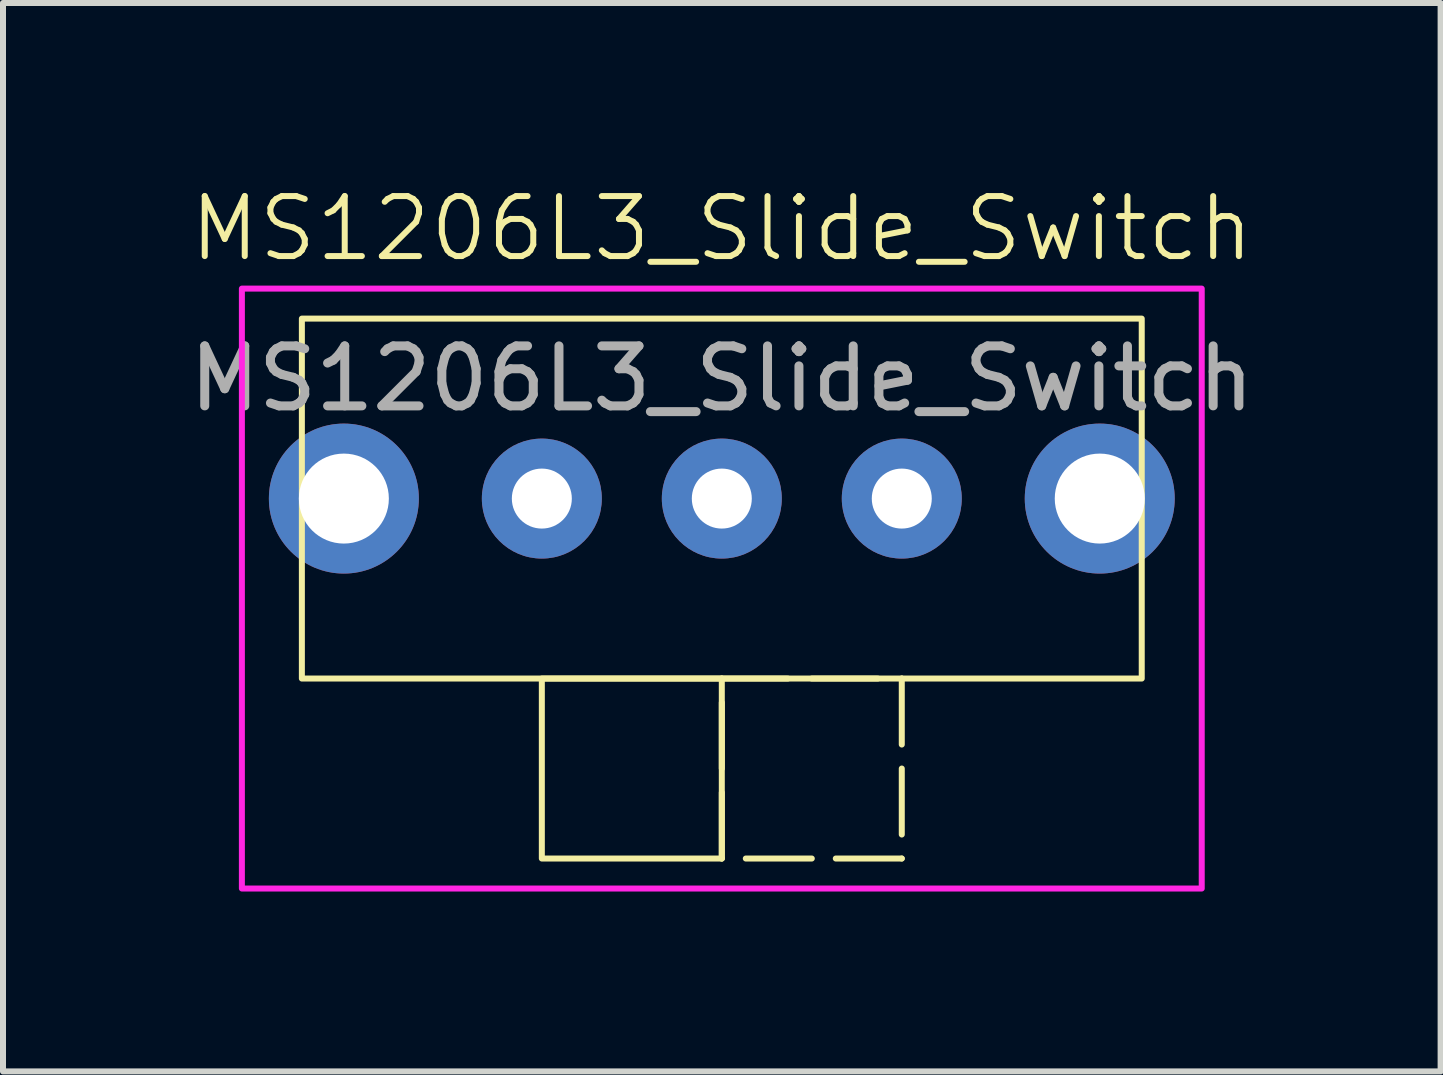
<source format=kicad_pcb>
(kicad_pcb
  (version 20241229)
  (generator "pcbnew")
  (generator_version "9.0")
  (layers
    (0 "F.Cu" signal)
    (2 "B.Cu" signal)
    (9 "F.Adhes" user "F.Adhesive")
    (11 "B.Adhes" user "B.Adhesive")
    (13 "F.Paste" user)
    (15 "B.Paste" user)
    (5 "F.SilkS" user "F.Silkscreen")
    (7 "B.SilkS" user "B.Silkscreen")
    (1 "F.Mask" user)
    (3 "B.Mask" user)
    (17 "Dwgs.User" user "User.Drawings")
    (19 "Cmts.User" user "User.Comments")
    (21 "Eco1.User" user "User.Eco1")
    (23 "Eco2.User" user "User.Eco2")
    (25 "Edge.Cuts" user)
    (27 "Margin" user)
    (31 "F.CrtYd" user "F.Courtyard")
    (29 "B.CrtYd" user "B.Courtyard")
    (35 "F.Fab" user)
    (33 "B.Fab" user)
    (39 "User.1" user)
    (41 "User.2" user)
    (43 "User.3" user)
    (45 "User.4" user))
  (footprint "MS1206L3_Slide_Switch"
    (layer "F.Cu")
    (at 8.982 5.261)
    (property "Reference" "MS1206L3_Slide_Switch" (at 0 -4.5 0) (unlocked yes) (layer "F.SilkS") (effects (font (size 1 1) (thickness 0.1))))
    (attr through_hole)
    (fp_rect (start -7 -3) (end 7 3) (stroke (width 0.1) (type default)) (fill no) (layer "F.SilkS"))
    (fp_rect (start -3 3) (end 0 6) (stroke (width 0.1) (type default)) (fill no) (layer "F.SilkS"))
    (fp_rect (start 0 3) (end 3 6) (stroke (width 0.1) (type dash)) (fill no) (layer "F.SilkS"))
    (fp_rect (start -8 -3.5) (end 8 6.5) (stroke (width 0.1) (type default)) (fill no) (layer "F.CrtYd"))
    (fp_text user "${REFERENCE}" (at 0 -2 0) (unlocked yes) (layer "F.Fab") (effects (font (size 1 1) (thickness 0.15))))
    (pad "1" thru_hole circle (at -3 0 90) (size 2 2) (drill 1) (layers "*.Cu" "*.Mask"))
    (pad "2" thru_hole circle (at 0 0 90) (size 2 2) (drill 1) (layers "*.Cu" "*.Mask"))
    (pad "3" thru_hole circle (at 3 0 90) (size 2 2) (drill 1) (layers "*.Cu" "*.Mask"))
    (pad "GND" thru_hole circle (at -6.3 0 90) (size 2.5 2.5) (drill 1.5) (layers "*.Cu" "*.Mask"))
    (pad "GND" thru_hole circle (at 6.3 0 90) (size 2.5 2.5) (drill 1.5) (layers "*.Cu" "*.Mask")))
  (gr_rect
    (start -3 -3)
    (end 20.964 14.81)
    (stroke (width 0.1) (type default))
    (fill no)
    (layer "Edge.Cuts")))
</source>
